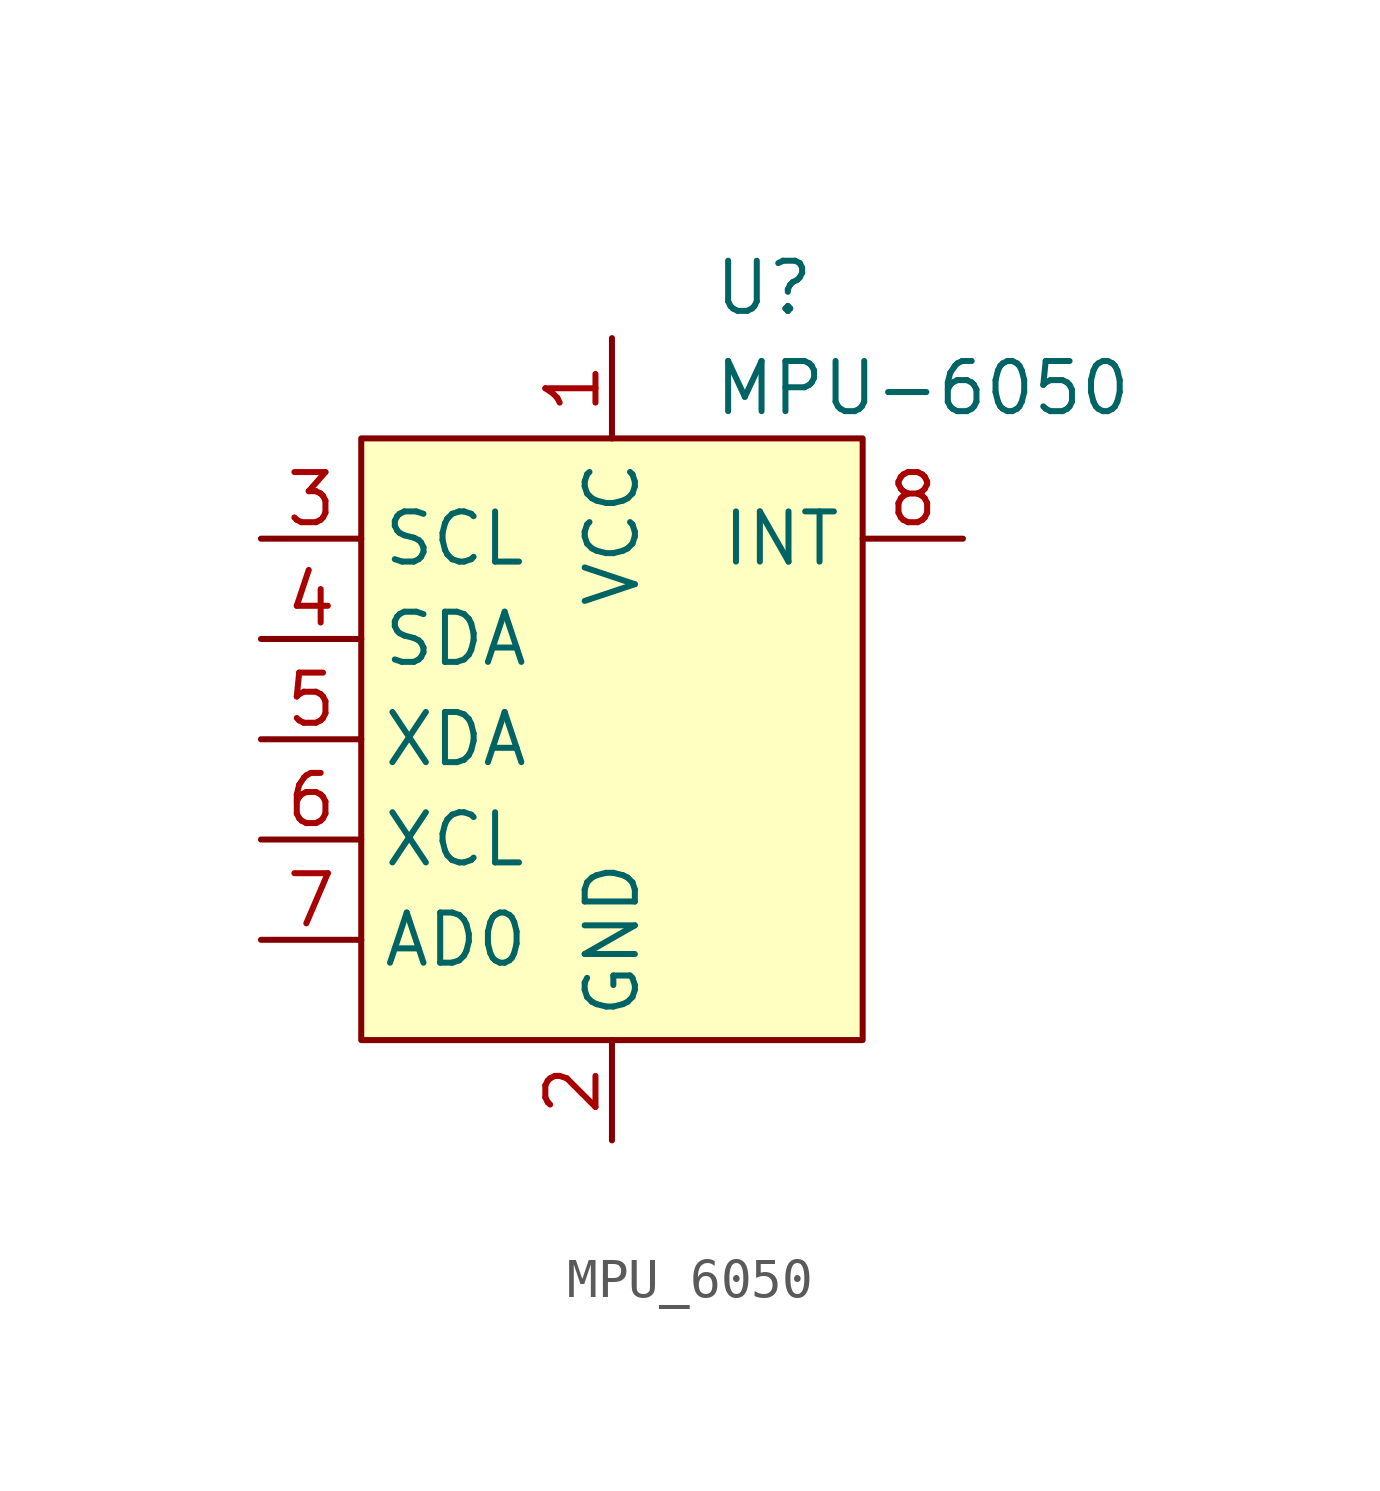
<source format=kicad_sym>
(kicad_symbol_lib
  (version 20220914)
  (generator kicad_symbol_editor)
  (symbol "MPU_6050"
    (property "Reference" "U"
      (at -1.27 5.08 0)
      (effects (font (size 1.27 1.27)) (justify left)))
    (property "Value" "MPU-6050"
      (at -1.27 2.54 0)
      (effects (font (size 1.27 1.27)) (justify left)))
    (symbol "MPU_6050_0_0"
      (pin power_in line (at -3.81 3.81 270) (length 2.54) (name "VCC" (effects (font (size 1.27 1.27)))) (number "1" (effects (font (size 1.27 1.27)))))
      (pin power_in line (at -3.81 -16.51 90) (length 2.54) (name "GND" (effects (font (size 1.27 1.27)))) (number "2" (effects (font (size 1.27 1.27)))))
      (pin input line (at -12.7 -1.27 0) (length 2.54) (name "SCL" (effects (font (size 1.27 1.27)))) (number "3" (effects (font (size 1.27 1.27)))))
      (pin bidirectional line (at -12.7 -3.81 0) (length 2.54) (name "SDA" (effects (font (size 1.27 1.27)))) (number "4" (effects (font (size 1.27 1.27)))))
      (pin bidirectional line (at -12.7 -6.35 0) (length 2.54) (name "XDA" (effects (font (size 1.27 1.27)))) (number "5" (effects (font (size 1.27 1.27)))))
      (pin input line (at -12.7 -8.89 0) (length 2.54) (name "XCL" (effects (font (size 1.27 1.27)))) (number "6" (effects (font (size 1.27 1.27)))))
      (pin input line (at -12.7 -11.43 0) (length 2.54) (name "AD0" (effects (font (size 1.27 1.27)))) (number "7" (effects (font (size 1.27 1.27)))))
      (pin output line (at 5.08 -1.27 180) (length 2.54) (name "INT" (effects (font (size 1.27 1.27)))) (number "8" (effects (font (size 1.27 1.27))))))
    (symbol "MPU_6050_1_1"
      (rectangle (start -10.16 1.27) (end 2.54 -13.97) (stroke (width 0) (type default)) (fill (type background))))))
</source>
